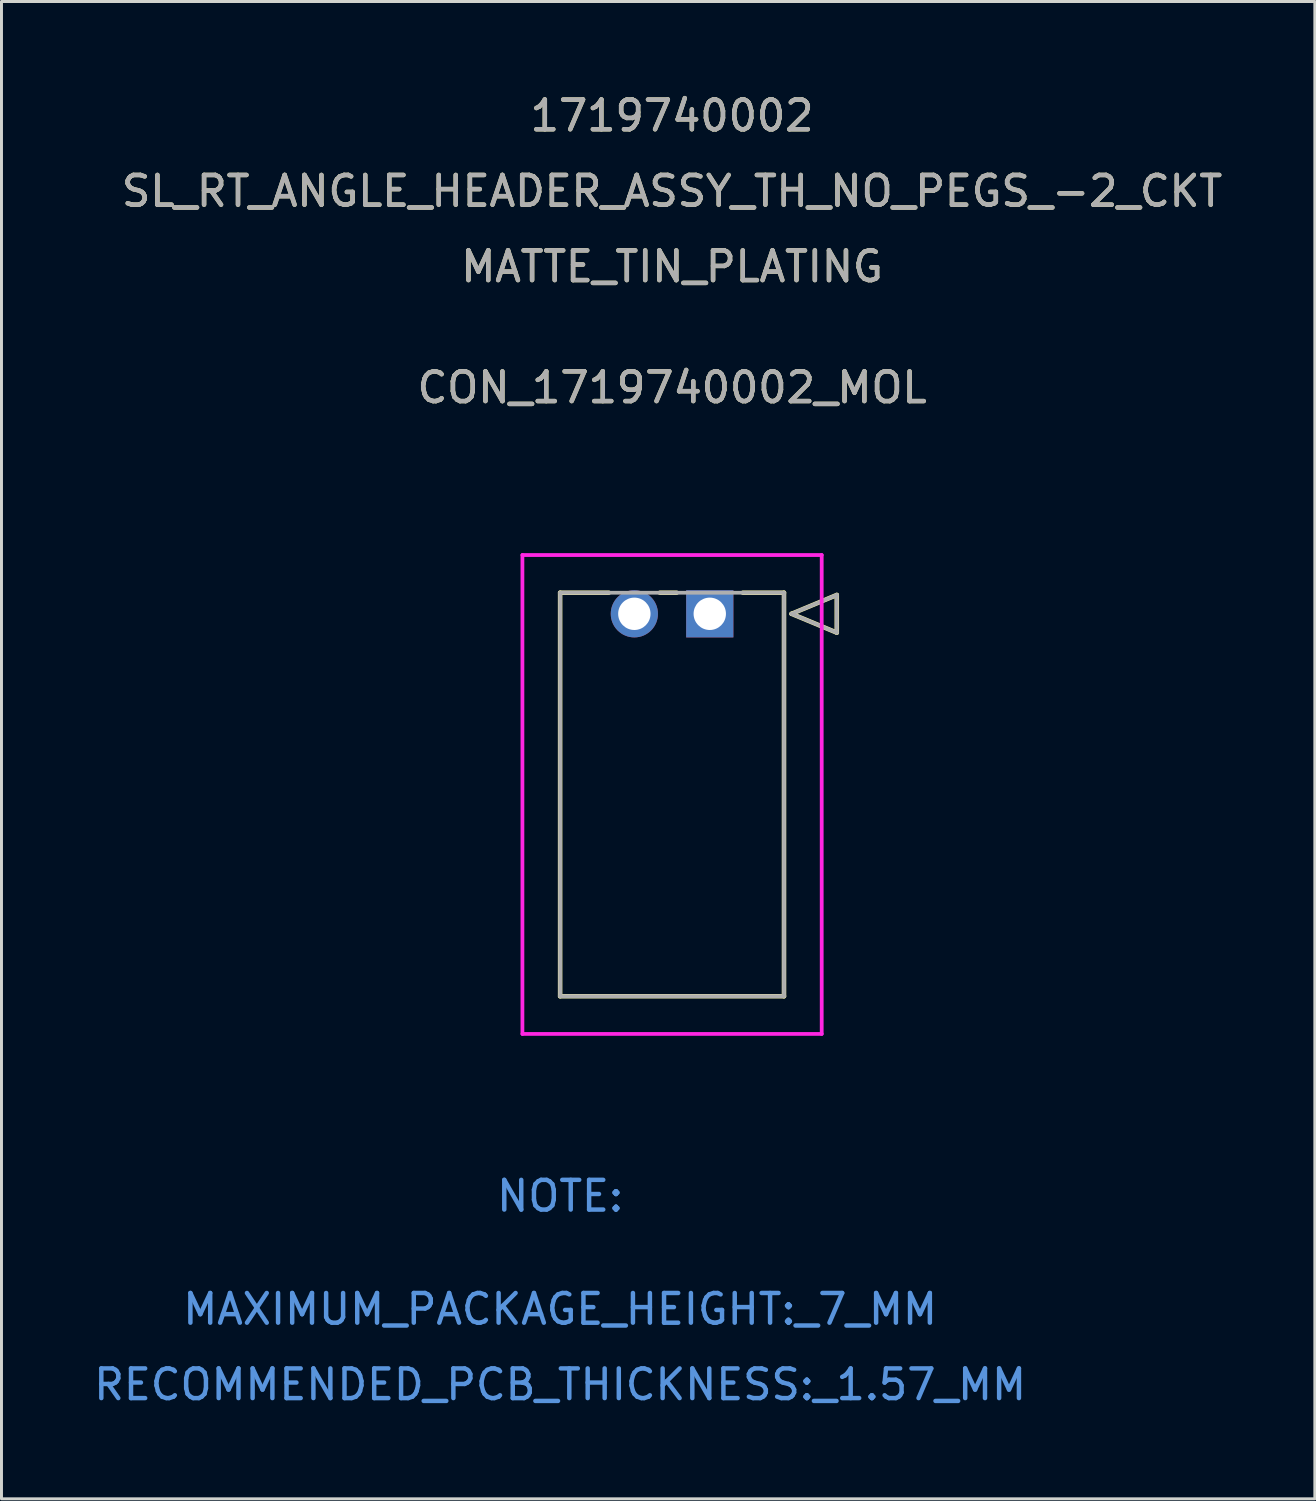
<source format=kicad_pcb>
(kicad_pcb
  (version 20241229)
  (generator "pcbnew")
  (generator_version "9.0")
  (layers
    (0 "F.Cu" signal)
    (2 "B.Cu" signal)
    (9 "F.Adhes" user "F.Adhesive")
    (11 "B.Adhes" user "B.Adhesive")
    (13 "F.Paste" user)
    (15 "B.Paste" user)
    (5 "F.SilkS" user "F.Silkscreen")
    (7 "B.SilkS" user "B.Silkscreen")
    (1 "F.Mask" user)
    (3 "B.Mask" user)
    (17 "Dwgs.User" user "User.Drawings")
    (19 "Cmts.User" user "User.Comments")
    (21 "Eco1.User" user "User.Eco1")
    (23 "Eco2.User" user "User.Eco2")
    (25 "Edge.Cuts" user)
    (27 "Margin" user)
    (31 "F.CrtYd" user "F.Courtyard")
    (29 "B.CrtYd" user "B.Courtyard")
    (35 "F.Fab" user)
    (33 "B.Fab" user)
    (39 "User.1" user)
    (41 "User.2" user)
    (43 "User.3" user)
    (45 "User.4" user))
  (footprint "CON_1719740002_MOL"
    (layer "F.Cu")
    (at 20.855 17.623)
    (property "Reference" "CON_1719740002_MOL" (at -1.27 -7.62 0) (unlocked yes) (layer "F.SilkS") (effects (font (size 1 1) (thickness 0.15))))
    (attr through_hole)
    (fp_line (start -5.04 -0.71) (end -5.04 12.88) (stroke (width 0.152) (type solid)) (layer "F.SilkS"))
    (fp_line (start -5.04 12.88) (end 2.5 12.88) (stroke (width 0.152) (type solid)) (layer "F.SilkS"))
    (fp_line (start -3.4 -0.71) (end -5.04 -0.71) (stroke (width 0.152) (type solid)) (layer "F.SilkS"))
    (fp_line (start -1.115 -0.71) (end -1.68 -0.71) (stroke (width 0.152) (type solid)) (layer "F.SilkS"))
    (fp_line (start 2.5 -0.71) (end 1.115 -0.71) (stroke (width 0.152) (type solid)) (layer "F.SilkS"))
    (fp_line (start 2.5 12.88) (end 2.5 -0.71) (stroke (width 0.152) (type solid)) (layer "F.SilkS"))
    (fp_line (start 2.754 0) (end 4.278 0.635) (stroke (width 0.152) (type solid)) (layer "F.SilkS"))
    (fp_line (start 4.278 -0.635) (end 2.754 0) (stroke (width 0.152) (type solid)) (layer "F.SilkS"))
    (fp_line (start 4.278 0.635) (end 4.278 -0.635) (stroke (width 0.152) (type solid)) (layer "F.SilkS"))
    (fp_line (start -6.31 -1.98) (end -6.31 14.15) (stroke (width 0.127) (type solid)) (layer "F.CrtYd"))
    (fp_line (start -6.31 14.15) (end 3.77 14.15) (stroke (width 0.127) (type solid)) (layer "F.CrtYd"))
    (fp_line (start 3.77 -1.98) (end -6.31 -1.98) (stroke (width 0.127) (type solid)) (layer "F.CrtYd"))
    (fp_line (start 3.77 14.15) (end 3.77 -1.98) (stroke (width 0.127) (type solid)) (layer "F.CrtYd"))
    (fp_line (start -5.04 -0.71) (end -5.04 12.88) (stroke (width 0.127) (type solid)) (layer "F.Fab"))
    (fp_line (start -5.04 12.88) (end 2.5 12.88) (stroke (width 0.127) (type solid)) (layer "F.Fab"))
    (fp_line (start 2.5 -0.71) (end -5.04 -0.71) (stroke (width 0.127) (type solid)) (layer "F.Fab"))
    (fp_line (start 2.5 12.88) (end 2.5 -0.71) (stroke (width 0.127) (type solid)) (layer "F.Fab"))
    (fp_line (start 2.754 0) (end 4.278 0.635) (stroke (width 0.127) (type solid)) (layer "F.Fab"))
    (fp_line (start 4.278 -0.635) (end 2.754 0) (stroke (width 0.127) (type solid)) (layer "F.Fab"))
    (fp_line (start 4.278 0.635) (end 4.278 -0.635) (stroke (width 0.127) (type solid)) (layer "F.Fab"))
    (fp_text user "SL_RT_ANGLE_HEADER_ASSY_TH_NO_PEGS_-2_CKT" (at -1.27 -14.235 0) (unlocked yes) (layer "F.SilkS") (effects (font (size 1 1) (thickness 0.15))))
    (fp_text user "1719740002" (at -1.27 -16.775 0) (unlocked yes) (layer "F.SilkS") (effects (font (size 1 1) (thickness 0.15))))
    (fp_text user "MATTE_TIN_PLATING" (at -1.27 -11.695 0) (unlocked yes) (layer "F.SilkS") (effects (font (size 1 1) (thickness 0.15))))
    (fp_text user "MAXIMUM_PACKAGE_HEIGHT:_7_MM" (at -5.04 23.42 0) (unlocked yes) (layer "Cmts.User") (effects (font (size 1 1) (thickness 0.15))))
    (fp_text user "RECOMMENDED_PCB_THICKNESS:_1.57_MM" (at -5.04 25.96 0) (unlocked yes) (layer "Cmts.User") (effects (font (size 1 1) (thickness 0.15))))
    (fp_text user "NOTE:" (at -5.04 19.61 0) (unlocked yes) (layer "Cmts.User") (effects (font (size 1 1) (thickness 0.15))))
    (fp_text user "SL_RT_ANGLE_HEADER_ASSY_TH_NO_PEGS_-2_CKT" (at -1.27 -14.235 0) (unlocked yes) (layer "F.Fab") (effects (font (size 1 1) (thickness 0.15))))
    (fp_text user "MATTE_TIN_PLATING" (at -1.27 -11.695 0) (unlocked yes) (layer "F.Fab") (effects (font (size 1 1) (thickness 0.15))))
    (fp_text user "${REFERENCE}" (at -1.27 -7.62 0) (unlocked yes) (layer "F.Fab") (effects (font (size 1 1) (thickness 0.15))))
    (fp_text user "1719740002" (at -1.27 -16.775 0) (unlocked yes) (layer "F.Fab") (effects (font (size 1 1) (thickness 0.15))))
    (pad "1" thru_hole rect (at 0 0) (size 1.59 1.59) (drill 1.09) (layers "*.Cu" "*.Mask"))
    (pad "2" thru_hole circle (at -2.54 0) (size 1.59 1.59) (drill 1.09) (layers "*.Cu" "*.Mask")))
  (gr_rect
    (start -3 -3)
    (end 41.234 47.431)
    (stroke (width 0.1) (type default))
    (fill no)
    (layer "Edge.Cuts")))
</source>
